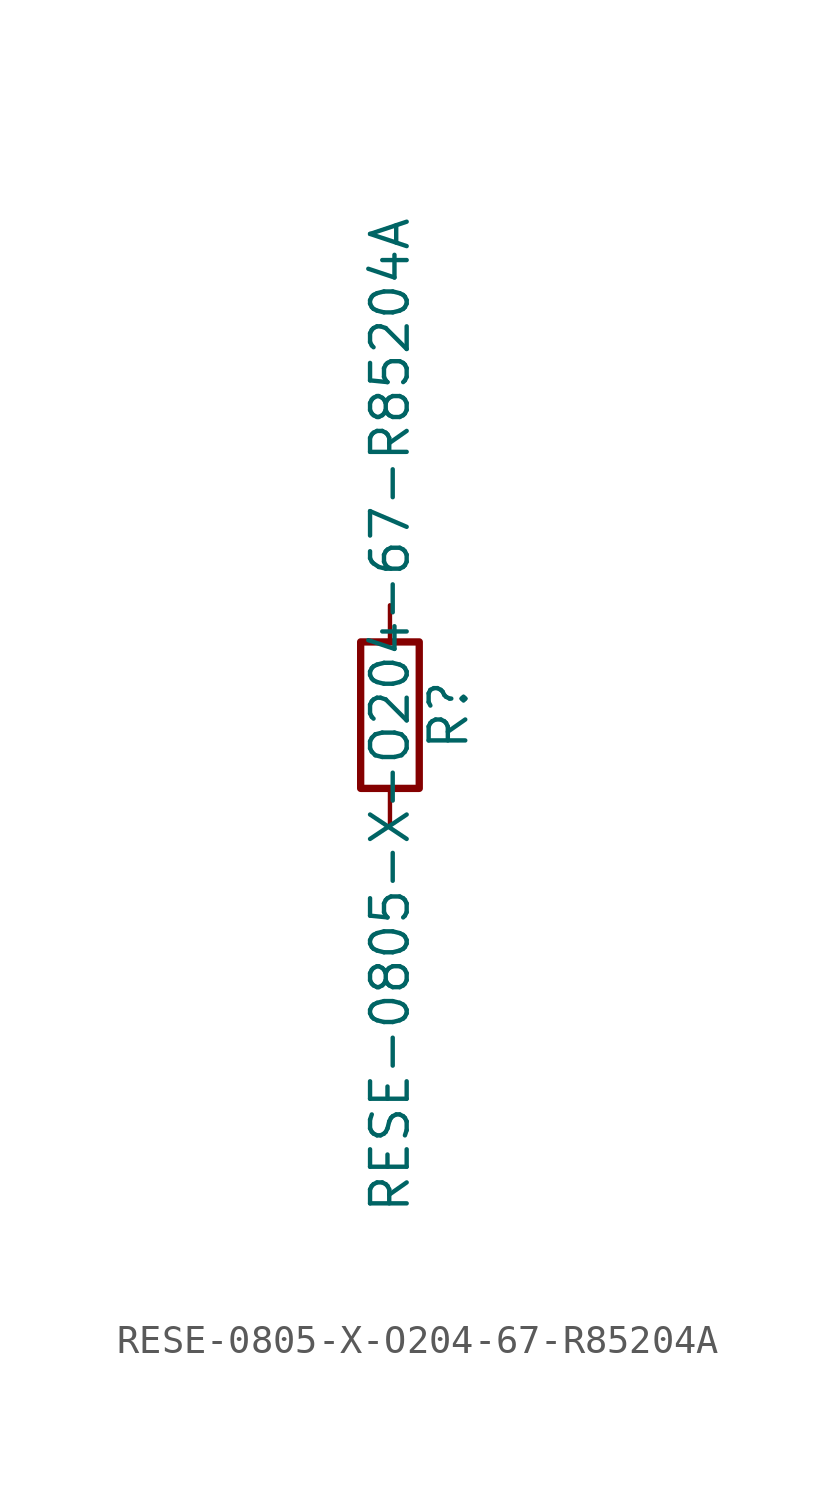
<source format=kicad_sym>
(kicad_symbol_lib
  (version 20211014)
  (generator kicad_symbol_editor)
  (symbol "RESE-0805-X-O204-67-R85204A"
    (pin_numbers hide)
    (pin_names
      (offset 0))
    (property "Reference" "R"
      (at 2.032 0 90)
      (effects (font (size 1.27 1.27))))
    (property "Value" "RESE-0805-X-O204-67-R85204A"
      (at 0 0 90)
      (effects (font (size 1.27 1.27))))
    (symbol "RESE-0805-X-O204-67-R85204A_0_1"
      (rectangle (start -1.016 -2.54) (end 1.016 2.54) (stroke (width 0.254) (type default) (color 0 0 0 0)) (fill (type none))))
    (symbol "RESE-0805-X-O204-67-R85204A_1_1"
      (pin passive line (at 0 3.81 270) (length 1.27) (name "~" (effects (font (size 1.27 1.27)))) (number "1" (effects (font (size 1.27 1.27)))))
      (pin passive line (at 0 -3.81 90) (length 1.27) (name "~" (effects (font (size 1.27 1.27)))) (number "2" (effects (font (size 1.27 1.27))))))))
</source>
